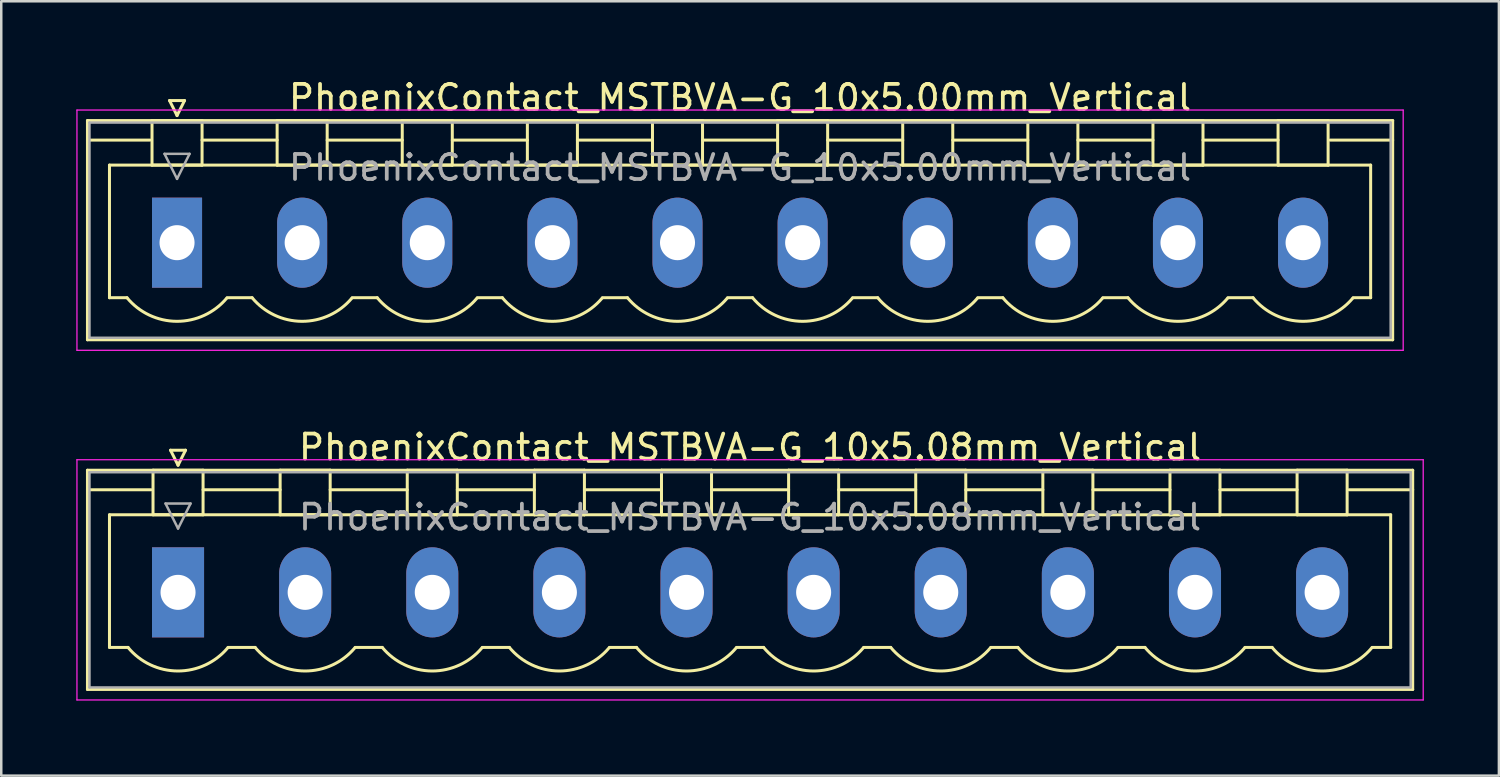
<source format=kicad_pcb>
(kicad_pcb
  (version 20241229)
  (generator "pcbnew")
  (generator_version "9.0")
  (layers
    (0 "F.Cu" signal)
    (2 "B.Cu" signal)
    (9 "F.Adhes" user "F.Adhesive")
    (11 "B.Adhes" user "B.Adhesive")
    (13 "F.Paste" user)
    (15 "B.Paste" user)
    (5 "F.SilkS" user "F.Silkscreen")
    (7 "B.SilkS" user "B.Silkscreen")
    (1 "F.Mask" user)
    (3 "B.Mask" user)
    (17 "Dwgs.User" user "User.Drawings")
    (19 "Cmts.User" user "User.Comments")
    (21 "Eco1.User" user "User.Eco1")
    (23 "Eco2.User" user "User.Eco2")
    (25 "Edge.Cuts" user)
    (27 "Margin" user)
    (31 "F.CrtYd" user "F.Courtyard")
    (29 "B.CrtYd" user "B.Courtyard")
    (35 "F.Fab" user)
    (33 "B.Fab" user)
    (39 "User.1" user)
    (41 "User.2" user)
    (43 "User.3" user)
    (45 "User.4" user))
  (footprint "PhoenixContact_MSTBVA-G_10x5.00mm_Vertical"
    (layer "F.Cu")
    (at 4.025 6.648)
    (property "Reference" "PhoenixContact_MSTBVA-G_10x5.00mm_Vertical" (at 22.5 -5.8 0) (layer "F.SilkS") (effects (font (size 1 1) (thickness 0.15))))
    (attr through_hole)
    (fp_line (start -3.58 -4.88) (end -3.58 3.88) (stroke (width 0.12) (type solid)) (layer "F.SilkS"))
    (fp_line (start -3.58 -4.1) (end -1.08 -4.1) (stroke (width 0.12) (type solid)) (layer "F.SilkS"))
    (fp_line (start -3.58 3.88) (end 48.58 3.88) (stroke (width 0.12) (type solid)) (layer "F.SilkS"))
    (fp_line (start -2.7 -3.1) (end 47.7 -3.1) (stroke (width 0.12) (type solid)) (layer "F.SilkS"))
    (fp_line (start -2.7 2.2) (end -2.7 -3.1) (stroke (width 0.12) (type solid)) (layer "F.SilkS"))
    (fp_line (start -2 2.2) (end -2.7 2.2) (stroke (width 0.12) (type solid)) (layer "F.SilkS"))
    (fp_line (start -1 -4.88) (end 1 -4.88) (stroke (width 0.12) (type solid)) (layer "F.SilkS"))
    (fp_line (start -1 -3.1) (end -1 -4.88) (stroke (width 0.12) (type solid)) (layer "F.SilkS"))
    (fp_line (start -0.3 -5.68) (end 0.3 -5.68) (stroke (width 0.12) (type solid)) (layer "F.SilkS"))
    (fp_line (start 0 -5.08) (end -0.3 -5.68) (stroke (width 0.12) (type solid)) (layer "F.SilkS"))
    (fp_line (start 0.3 -5.68) (end 0 -5.08) (stroke (width 0.12) (type solid)) (layer "F.SilkS"))
    (fp_line (start 1 -4.88) (end 1 -3.1) (stroke (width 0.12) (type solid)) (layer "F.SilkS"))
    (fp_line (start 1 -4.1) (end 4 -4.1) (stroke (width 0.12) (type solid)) (layer "F.SilkS"))
    (fp_line (start 1 -3.1) (end -1 -3.1) (stroke (width 0.12) (type solid)) (layer "F.SilkS"))
    (fp_line (start 2 2.2) (end 3 2.2) (stroke (width 0.12) (type solid)) (layer "F.SilkS"))
    (fp_line (start 4 -4.88) (end 6 -4.88) (stroke (width 0.12) (type solid)) (layer "F.SilkS"))
    (fp_line (start 4 -3.1) (end 4 -4.88) (stroke (width 0.12) (type solid)) (layer "F.SilkS"))
    (fp_line (start 6 -4.88) (end 6 -3.1) (stroke (width 0.12) (type solid)) (layer "F.SilkS"))
    (fp_line (start 6 -4.1) (end 9 -4.1) (stroke (width 0.12) (type solid)) (layer "F.SilkS"))
    (fp_line (start 6 -3.1) (end 4 -3.1) (stroke (width 0.12) (type solid)) (layer "F.SilkS"))
    (fp_line (start 7 2.2) (end 8 2.2) (stroke (width 0.12) (type solid)) (layer "F.SilkS"))
    (fp_line (start 9 -4.88) (end 11 -4.88) (stroke (width 0.12) (type solid)) (layer "F.SilkS"))
    (fp_line (start 9 -3.1) (end 9 -4.88) (stroke (width 0.12) (type solid)) (layer "F.SilkS"))
    (fp_line (start 11 -4.88) (end 11 -3.1) (stroke (width 0.12) (type solid)) (layer "F.SilkS"))
    (fp_line (start 11 -4.1) (end 14 -4.1) (stroke (width 0.12) (type solid)) (layer "F.SilkS"))
    (fp_line (start 11 -3.1) (end 9 -3.1) (stroke (width 0.12) (type solid)) (layer "F.SilkS"))
    (fp_line (start 12 2.2) (end 13 2.2) (stroke (width 0.12) (type solid)) (layer "F.SilkS"))
    (fp_line (start 14 -4.88) (end 16 -4.88) (stroke (width 0.12) (type solid)) (layer "F.SilkS"))
    (fp_line (start 14 -3.1) (end 14 -4.88) (stroke (width 0.12) (type solid)) (layer "F.SilkS"))
    (fp_line (start 16 -4.88) (end 16 -3.1) (stroke (width 0.12) (type solid)) (layer "F.SilkS"))
    (fp_line (start 16 -4.1) (end 19 -4.1) (stroke (width 0.12) (type solid)) (layer "F.SilkS"))
    (fp_line (start 16 -3.1) (end 14 -3.1) (stroke (width 0.12) (type solid)) (layer "F.SilkS"))
    (fp_line (start 17 2.2) (end 18 2.2) (stroke (width 0.12) (type solid)) (layer "F.SilkS"))
    (fp_line (start 19 -4.88) (end 21 -4.88) (stroke (width 0.12) (type solid)) (layer "F.SilkS"))
    (fp_line (start 19 -3.1) (end 19 -4.88) (stroke (width 0.12) (type solid)) (layer "F.SilkS"))
    (fp_line (start 21 -4.88) (end 21 -3.1) (stroke (width 0.12) (type solid)) (layer "F.SilkS"))
    (fp_line (start 21 -4.1) (end 24 -4.1) (stroke (width 0.12) (type solid)) (layer "F.SilkS"))
    (fp_line (start 21 -3.1) (end 19 -3.1) (stroke (width 0.12) (type solid)) (layer "F.SilkS"))
    (fp_line (start 22 2.2) (end 23 2.2) (stroke (width 0.12) (type solid)) (layer "F.SilkS"))
    (fp_line (start 24 -4.88) (end 26 -4.88) (stroke (width 0.12) (type solid)) (layer "F.SilkS"))
    (fp_line (start 24 -3.1) (end 24 -4.88) (stroke (width 0.12) (type solid)) (layer "F.SilkS"))
    (fp_line (start 26 -4.88) (end 26 -3.1) (stroke (width 0.12) (type solid)) (layer "F.SilkS"))
    (fp_line (start 26 -4.1) (end 29 -4.1) (stroke (width 0.12) (type solid)) (layer "F.SilkS"))
    (fp_line (start 26 -3.1) (end 24 -3.1) (stroke (width 0.12) (type solid)) (layer "F.SilkS"))
    (fp_line (start 27 2.2) (end 28 2.2) (stroke (width 0.12) (type solid)) (layer "F.SilkS"))
    (fp_line (start 29 -4.88) (end 31 -4.88) (stroke (width 0.12) (type solid)) (layer "F.SilkS"))
    (fp_line (start 29 -3.1) (end 29 -4.88) (stroke (width 0.12) (type solid)) (layer "F.SilkS"))
    (fp_line (start 31 -4.88) (end 31 -3.1) (stroke (width 0.12) (type solid)) (layer "F.SilkS"))
    (fp_line (start 31 -4.1) (end 34 -4.1) (stroke (width 0.12) (type solid)) (layer "F.SilkS"))
    (fp_line (start 31 -3.1) (end 29 -3.1) (stroke (width 0.12) (type solid)) (layer "F.SilkS"))
    (fp_line (start 32 2.2) (end 33 2.2) (stroke (width 0.12) (type solid)) (layer "F.SilkS"))
    (fp_line (start 34 -4.88) (end 36 -4.88) (stroke (width 0.12) (type solid)) (layer "F.SilkS"))
    (fp_line (start 34 -3.1) (end 34 -4.88) (stroke (width 0.12) (type solid)) (layer "F.SilkS"))
    (fp_line (start 36 -4.88) (end 36 -3.1) (stroke (width 0.12) (type solid)) (layer "F.SilkS"))
    (fp_line (start 36 -4.1) (end 39 -4.1) (stroke (width 0.12) (type solid)) (layer "F.SilkS"))
    (fp_line (start 36 -3.1) (end 34 -3.1) (stroke (width 0.12) (type solid)) (layer "F.SilkS"))
    (fp_line (start 37 2.2) (end 38 2.2) (stroke (width 0.12) (type solid)) (layer "F.SilkS"))
    (fp_line (start 39 -4.88) (end 41 -4.88) (stroke (width 0.12) (type solid)) (layer "F.SilkS"))
    (fp_line (start 39 -3.1) (end 39 -4.88) (stroke (width 0.12) (type solid)) (layer "F.SilkS"))
    (fp_line (start 41 -4.88) (end 41 -3.1) (stroke (width 0.12) (type solid)) (layer "F.SilkS"))
    (fp_line (start 41 -4.1) (end 44 -4.1) (stroke (width 0.12) (type solid)) (layer "F.SilkS"))
    (fp_line (start 41 -3.1) (end 39 -3.1) (stroke (width 0.12) (type solid)) (layer "F.SilkS"))
    (fp_line (start 42 2.2) (end 43 2.2) (stroke (width 0.12) (type solid)) (layer "F.SilkS"))
    (fp_line (start 44 -4.88) (end 46 -4.88) (stroke (width 0.12) (type solid)) (layer "F.SilkS"))
    (fp_line (start 44 -3.1) (end 44 -4.88) (stroke (width 0.12) (type solid)) (layer "F.SilkS"))
    (fp_line (start 46 -4.88) (end 46 -3.1) (stroke (width 0.12) (type solid)) (layer "F.SilkS"))
    (fp_line (start 46 -3.1) (end 44 -3.1) (stroke (width 0.12) (type solid)) (layer "F.SilkS"))
    (fp_line (start 47.7 -3.1) (end 47.7 2.2) (stroke (width 0.12) (type solid)) (layer "F.SilkS"))
    (fp_line (start 47.7 2.2) (end 47 2.2) (stroke (width 0.12) (type solid)) (layer "F.SilkS"))
    (fp_line (start 48.58 -4.88) (end -3.58 -4.88) (stroke (width 0.12) (type solid)) (layer "F.SilkS"))
    (fp_line (start 48.58 -4.1) (end 46.08 -4.1) (stroke (width 0.12) (type solid)) (layer "F.SilkS"))
    (fp_line (start 48.58 3.88) (end 48.58 -4.88) (stroke (width 0.12) (type solid)) (layer "F.SilkS"))
    (fp_arc (start 1.986842 2.215821) (mid -0.010289 3.142758) (end -2 2.2) (stroke (width 0.12) (type solid)) (layer "F.SilkS"))
    (fp_arc (start 6.986842 2.215821) (mid 4.989711 3.142758) (end 3 2.2) (stroke (width 0.12) (type solid)) (layer "F.SilkS"))
    (fp_arc (start 11.986842 2.215821) (mid 9.989711 3.142758) (end 8 2.2) (stroke (width 0.12) (type solid)) (layer "F.SilkS"))
    (fp_arc (start 16.986842 2.215821) (mid 14.989711 3.142758) (end 13 2.2) (stroke (width 0.12) (type solid)) (layer "F.SilkS"))
    (fp_arc (start 21.986842 2.215821) (mid 19.989711 3.142758) (end 18 2.2) (stroke (width 0.12) (type solid)) (layer "F.SilkS"))
    (fp_arc (start 26.986842 2.215821) (mid 24.989711 3.142758) (end 23 2.2) (stroke (width 0.12) (type solid)) (layer "F.SilkS"))
    (fp_arc (start 31.986842 2.215821) (mid 29.989711 3.142758) (end 28 2.2) (stroke (width 0.12) (type solid)) (layer "F.SilkS"))
    (fp_arc (start 36.986842 2.215821) (mid 34.989711 3.142758) (end 33 2.2) (stroke (width 0.12) (type solid)) (layer "F.SilkS"))
    (fp_arc (start 41.986842 2.215821) (mid 39.989711 3.142758) (end 38 2.2) (stroke (width 0.12) (type solid)) (layer "F.SilkS"))
    (fp_arc (start 46.986842 2.215821) (mid 44.989711 3.142758) (end 43 2.2) (stroke (width 0.12) (type solid)) (layer "F.SilkS"))
    (fp_line (start -4 -5.3) (end -4 4.3) (stroke (width 0.05) (type solid)) (layer "F.CrtYd"))
    (fp_line (start -4 4.3) (end 49 4.3) (stroke (width 0.05) (type solid)) (layer "F.CrtYd"))
    (fp_line (start 49 -5.3) (end -4 -5.3) (stroke (width 0.05) (type solid)) (layer "F.CrtYd"))
    (fp_line (start 49 4.3) (end 49 -5.3) (stroke (width 0.05) (type solid)) (layer "F.CrtYd"))
    (fp_line (start -3.5 -4.8) (end -3.5 3.8) (stroke (width 0.1) (type solid)) (layer "F.Fab"))
    (fp_line (start -3.5 3.8) (end 48.5 3.8) (stroke (width 0.1) (type solid)) (layer "F.Fab"))
    (fp_line (start -0.5 -3.55) (end 0.5 -3.55) (stroke (width 0.1) (type solid)) (layer "F.Fab"))
    (fp_line (start 0 -2.55) (end -0.5 -3.55) (stroke (width 0.1) (type solid)) (layer "F.Fab"))
    (fp_line (start 0.5 -3.55) (end 0 -2.55) (stroke (width 0.1) (type solid)) (layer "F.Fab"))
    (fp_line (start 48.5 -4.8) (end -3.5 -4.8) (stroke (width 0.1) (type solid)) (layer "F.Fab"))
    (fp_line (start 48.5 3.8) (end 48.5 -4.8) (stroke (width 0.1) (type solid)) (layer "F.Fab"))
    (fp_text user "${REFERENCE}" (at 22.5 -3 0) (layer "F.Fab") (effects (font (size 1 1) (thickness 0.15))))
    (pad "1" thru_hole rect (at 0 0) (size 2 3.6) (drill 1.4) (layers "*.Cu" "*.Mask"))
    (pad "2" thru_hole oval (at 5 0) (size 2 3.6) (drill 1.4) (layers "*.Cu" "*.Mask"))
    (pad "3" thru_hole oval (at 10 0) (size 2 3.6) (drill 1.4) (layers "*.Cu" "*.Mask"))
    (pad "4" thru_hole oval (at 15 0) (size 2 3.6) (drill 1.4) (layers "*.Cu" "*.Mask"))
    (pad "5" thru_hole oval (at 20 0) (size 2 3.6) (drill 1.4) (layers "*.Cu" "*.Mask"))
    (pad "6" thru_hole oval (at 25 0) (size 2 3.6) (drill 1.4) (layers "*.Cu" "*.Mask"))
    (pad "7" thru_hole oval (at 30 0) (size 2 3.6) (drill 1.4) (layers "*.Cu" "*.Mask"))
    (pad "8" thru_hole oval (at 35 0) (size 2 3.6) (drill 1.4) (layers "*.Cu" "*.Mask"))
    (pad "9" thru_hole oval (at 40 0) (size 2 3.6) (drill 1.4) (layers "*.Cu" "*.Mask"))
    (pad "10" thru_hole oval (at 45 0) (size 2 3.6) (drill 1.4) (layers "*.Cu" "*.Mask")))
  (footprint "PhoenixContact_MSTBVA-G_10x5.08mm_Vertical"
    (layer "F.Cu")
    (at 4.065 20.622)
    (property "Reference" "PhoenixContact_MSTBVA-G_10x5.08mm_Vertical" (at 22.86 -5.8 0) (layer "F.SilkS") (effects (font (size 1 1) (thickness 0.15))))
    (attr through_hole)
    (fp_line (start -3.62 -4.88) (end -3.62 3.88) (stroke (width 0.12) (type solid)) (layer "F.SilkS"))
    (fp_line (start -3.62 -4.1) (end -1.08 -4.1) (stroke (width 0.12) (type solid)) (layer "F.SilkS"))
    (fp_line (start -3.62 3.88) (end 49.34 3.88) (stroke (width 0.12) (type solid)) (layer "F.SilkS"))
    (fp_line (start -2.74 -3.1) (end 48.46 -3.1) (stroke (width 0.12) (type solid)) (layer "F.SilkS"))
    (fp_line (start -2.74 2.2) (end -2.74 -3.1) (stroke (width 0.12) (type solid)) (layer "F.SilkS"))
    (fp_line (start -2 2.2) (end -2.74 2.2) (stroke (width 0.12) (type solid)) (layer "F.SilkS"))
    (fp_line (start -1 -4.88) (end 1 -4.88) (stroke (width 0.12) (type solid)) (layer "F.SilkS"))
    (fp_line (start -1 -3.1) (end -1 -4.88) (stroke (width 0.12) (type solid)) (layer "F.SilkS"))
    (fp_line (start -0.3 -5.68) (end 0.3 -5.68) (stroke (width 0.12) (type solid)) (layer "F.SilkS"))
    (fp_line (start 0 -5.08) (end -0.3 -5.68) (stroke (width 0.12) (type solid)) (layer "F.SilkS"))
    (fp_line (start 0.3 -5.68) (end 0 -5.08) (stroke (width 0.12) (type solid)) (layer "F.SilkS"))
    (fp_line (start 1 -4.88) (end 1 -3.1) (stroke (width 0.12) (type solid)) (layer "F.SilkS"))
    (fp_line (start 1 -4.1) (end 4.08 -4.1) (stroke (width 0.12) (type solid)) (layer "F.SilkS"))
    (fp_line (start 1 -3.1) (end -1 -3.1) (stroke (width 0.12) (type solid)) (layer "F.SilkS"))
    (fp_line (start 2 2.2) (end 3.08 2.2) (stroke (width 0.12) (type solid)) (layer "F.SilkS"))
    (fp_line (start 4.08 -4.88) (end 6.08 -4.88) (stroke (width 0.12) (type solid)) (layer "F.SilkS"))
    (fp_line (start 4.08 -3.1) (end 4.08 -4.88) (stroke (width 0.12) (type solid)) (layer "F.SilkS"))
    (fp_line (start 6.08 -4.88) (end 6.08 -3.1) (stroke (width 0.12) (type solid)) (layer "F.SilkS"))
    (fp_line (start 6.08 -4.1) (end 9.16 -4.1) (stroke (width 0.12) (type solid)) (layer "F.SilkS"))
    (fp_line (start 6.08 -3.1) (end 4.08 -3.1) (stroke (width 0.12) (type solid)) (layer "F.SilkS"))
    (fp_line (start 7.08 2.2) (end 8.16 2.2) (stroke (width 0.12) (type solid)) (layer "F.SilkS"))
    (fp_line (start 9.16 -4.88) (end 11.16 -4.88) (stroke (width 0.12) (type solid)) (layer "F.SilkS"))
    (fp_line (start 9.16 -3.1) (end 9.16 -4.88) (stroke (width 0.12) (type solid)) (layer "F.SilkS"))
    (fp_line (start 11.16 -4.88) (end 11.16 -3.1) (stroke (width 0.12) (type solid)) (layer "F.SilkS"))
    (fp_line (start 11.16 -4.1) (end 14.24 -4.1) (stroke (width 0.12) (type solid)) (layer "F.SilkS"))
    (fp_line (start 11.16 -3.1) (end 9.16 -3.1) (stroke (width 0.12) (type solid)) (layer "F.SilkS"))
    (fp_line (start 12.16 2.2) (end 13.24 2.2) (stroke (width 0.12) (type solid)) (layer "F.SilkS"))
    (fp_line (start 14.24 -4.88) (end 16.24 -4.88) (stroke (width 0.12) (type solid)) (layer "F.SilkS"))
    (fp_line (start 14.24 -3.1) (end 14.24 -4.88) (stroke (width 0.12) (type solid)) (layer "F.SilkS"))
    (fp_line (start 16.24 -4.88) (end 16.24 -3.1) (stroke (width 0.12) (type solid)) (layer "F.SilkS"))
    (fp_line (start 16.24 -4.1) (end 19.32 -4.1) (stroke (width 0.12) (type solid)) (layer "F.SilkS"))
    (fp_line (start 16.24 -3.1) (end 14.24 -3.1) (stroke (width 0.12) (type solid)) (layer "F.SilkS"))
    (fp_line (start 17.24 2.2) (end 18.32 2.2) (stroke (width 0.12) (type solid)) (layer "F.SilkS"))
    (fp_line (start 19.32 -4.88) (end 21.32 -4.88) (stroke (width 0.12) (type solid)) (layer "F.SilkS"))
    (fp_line (start 19.32 -3.1) (end 19.32 -4.88) (stroke (width 0.12) (type solid)) (layer "F.SilkS"))
    (fp_line (start 21.32 -4.88) (end 21.32 -3.1) (stroke (width 0.12) (type solid)) (layer "F.SilkS"))
    (fp_line (start 21.32 -4.1) (end 24.4 -4.1) (stroke (width 0.12) (type solid)) (layer "F.SilkS"))
    (fp_line (start 21.32 -3.1) (end 19.32 -3.1) (stroke (width 0.12) (type solid)) (layer "F.SilkS"))
    (fp_line (start 22.32 2.2) (end 23.4 2.2) (stroke (width 0.12) (type solid)) (layer "F.SilkS"))
    (fp_line (start 24.4 -4.88) (end 26.4 -4.88) (stroke (width 0.12) (type solid)) (layer "F.SilkS"))
    (fp_line (start 24.4 -3.1) (end 24.4 -4.88) (stroke (width 0.12) (type solid)) (layer "F.SilkS"))
    (fp_line (start 26.4 -4.88) (end 26.4 -3.1) (stroke (width 0.12) (type solid)) (layer "F.SilkS"))
    (fp_line (start 26.4 -4.1) (end 29.48 -4.1) (stroke (width 0.12) (type solid)) (layer "F.SilkS"))
    (fp_line (start 26.4 -3.1) (end 24.4 -3.1) (stroke (width 0.12) (type solid)) (layer "F.SilkS"))
    (fp_line (start 27.4 2.2) (end 28.48 2.2) (stroke (width 0.12) (type solid)) (layer "F.SilkS"))
    (fp_line (start 29.48 -4.88) (end 31.48 -4.88) (stroke (width 0.12) (type solid)) (layer "F.SilkS"))
    (fp_line (start 29.48 -3.1) (end 29.48 -4.88) (stroke (width 0.12) (type solid)) (layer "F.SilkS"))
    (fp_line (start 31.48 -4.88) (end 31.48 -3.1) (stroke (width 0.12) (type solid)) (layer "F.SilkS"))
    (fp_line (start 31.48 -4.1) (end 34.56 -4.1) (stroke (width 0.12) (type solid)) (layer "F.SilkS"))
    (fp_line (start 31.48 -3.1) (end 29.48 -3.1) (stroke (width 0.12) (type solid)) (layer "F.SilkS"))
    (fp_line (start 32.48 2.2) (end 33.56 2.2) (stroke (width 0.12) (type solid)) (layer "F.SilkS"))
    (fp_line (start 34.56 -4.88) (end 36.56 -4.88) (stroke (width 0.12) (type solid)) (layer "F.SilkS"))
    (fp_line (start 34.56 -3.1) (end 34.56 -4.88) (stroke (width 0.12) (type solid)) (layer "F.SilkS"))
    (fp_line (start 36.56 -4.88) (end 36.56 -3.1) (stroke (width 0.12) (type solid)) (layer "F.SilkS"))
    (fp_line (start 36.56 -4.1) (end 39.64 -4.1) (stroke (width 0.12) (type solid)) (layer "F.SilkS"))
    (fp_line (start 36.56 -3.1) (end 34.56 -3.1) (stroke (width 0.12) (type solid)) (layer "F.SilkS"))
    (fp_line (start 37.56 2.2) (end 38.64 2.2) (stroke (width 0.12) (type solid)) (layer "F.SilkS"))
    (fp_line (start 39.64 -4.88) (end 41.64 -4.88) (stroke (width 0.12) (type solid)) (layer "F.SilkS"))
    (fp_line (start 39.64 -3.1) (end 39.64 -4.88) (stroke (width 0.12) (type solid)) (layer "F.SilkS"))
    (fp_line (start 41.64 -4.88) (end 41.64 -3.1) (stroke (width 0.12) (type solid)) (layer "F.SilkS"))
    (fp_line (start 41.64 -4.1) (end 44.72 -4.1) (stroke (width 0.12) (type solid)) (layer "F.SilkS"))
    (fp_line (start 41.64 -3.1) (end 39.64 -3.1) (stroke (width 0.12) (type solid)) (layer "F.SilkS"))
    (fp_line (start 42.64 2.2) (end 43.72 2.2) (stroke (width 0.12) (type solid)) (layer "F.SilkS"))
    (fp_line (start 44.72 -4.88) (end 46.72 -4.88) (stroke (width 0.12) (type solid)) (layer "F.SilkS"))
    (fp_line (start 44.72 -3.1) (end 44.72 -4.88) (stroke (width 0.12) (type solid)) (layer "F.SilkS"))
    (fp_line (start 46.72 -4.88) (end 46.72 -3.1) (stroke (width 0.12) (type solid)) (layer "F.SilkS"))
    (fp_line (start 46.72 -3.1) (end 44.72 -3.1) (stroke (width 0.12) (type solid)) (layer "F.SilkS"))
    (fp_line (start 48.46 -3.1) (end 48.46 2.2) (stroke (width 0.12) (type solid)) (layer "F.SilkS"))
    (fp_line (start 48.46 2.2) (end 47.72 2.2) (stroke (width 0.12) (type solid)) (layer "F.SilkS"))
    (fp_line (start 49.34 -4.88) (end -3.62 -4.88) (stroke (width 0.12) (type solid)) (layer "F.SilkS"))
    (fp_line (start 49.34 -4.1) (end 46.8 -4.1) (stroke (width 0.12) (type solid)) (layer "F.SilkS"))
    (fp_line (start 49.34 3.88) (end 49.34 -4.88) (stroke (width 0.12) (type solid)) (layer "F.SilkS"))
    (fp_arc (start 1.986842 2.215821) (mid -0.010289 3.142758) (end -2 2.2) (stroke (width 0.12) (type solid)) (layer "F.SilkS"))
    (fp_arc (start 7.066842 2.215821) (mid 5.069711 3.142758) (end 3.08 2.2) (stroke (width 0.12) (type solid)) (layer "F.SilkS"))
    (fp_arc (start 12.146842 2.215821) (mid 10.149711 3.142758) (end 8.16 2.2) (stroke (width 0.12) (type solid)) (layer "F.SilkS"))
    (fp_arc (start 17.226842 2.215821) (mid 15.229711 3.142758) (end 13.24 2.2) (stroke (width 0.12) (type solid)) (layer "F.SilkS"))
    (fp_arc (start 22.306842 2.215821) (mid 20.309711 3.142758) (end 18.32 2.2) (stroke (width 0.12) (type solid)) (layer "F.SilkS"))
    (fp_arc (start 27.386842 2.215821) (mid 25.389711 3.142758) (end 23.4 2.2) (stroke (width 0.12) (type solid)) (layer "F.SilkS"))
    (fp_arc (start 32.466842 2.215821) (mid 30.469711 3.142758) (end 28.48 2.2) (stroke (width 0.12) (type solid)) (layer "F.SilkS"))
    (fp_arc (start 37.546842 2.215821) (mid 35.549711 3.142758) (end 33.56 2.2) (stroke (width 0.12) (type solid)) (layer "F.SilkS"))
    (fp_arc (start 42.626842 2.215821) (mid 40.629711 3.142758) (end 38.64 2.2) (stroke (width 0.12) (type solid)) (layer "F.SilkS"))
    (fp_arc (start 47.706842 2.215821) (mid 45.709711 3.142758) (end 43.72 2.2) (stroke (width 0.12) (type solid)) (layer "F.SilkS"))
    (fp_line (start -4.04 -5.3) (end -4.04 4.3) (stroke (width 0.05) (type solid)) (layer "F.CrtYd"))
    (fp_line (start -4.04 4.3) (end 49.76 4.3) (stroke (width 0.05) (type solid)) (layer "F.CrtYd"))
    (fp_line (start 49.76 -5.3) (end -4.04 -5.3) (stroke (width 0.05) (type solid)) (layer "F.CrtYd"))
    (fp_line (start 49.76 4.3) (end 49.76 -5.3) (stroke (width 0.05) (type solid)) (layer "F.CrtYd"))
    (fp_line (start -3.54 -4.8) (end -3.54 3.8) (stroke (width 0.1) (type solid)) (layer "F.Fab"))
    (fp_line (start -3.54 3.8) (end 49.26 3.8) (stroke (width 0.1) (type solid)) (layer "F.Fab"))
    (fp_line (start -0.5 -3.55) (end 0.5 -3.55) (stroke (width 0.1) (type solid)) (layer "F.Fab"))
    (fp_line (start 0 -2.55) (end -0.5 -3.55) (stroke (width 0.1) (type solid)) (layer "F.Fab"))
    (fp_line (start 0.5 -3.55) (end 0 -2.55) (stroke (width 0.1) (type solid)) (layer "F.Fab"))
    (fp_line (start 49.26 -4.8) (end -3.54 -4.8) (stroke (width 0.1) (type solid)) (layer "F.Fab"))
    (fp_line (start 49.26 3.8) (end 49.26 -4.8) (stroke (width 0.1) (type solid)) (layer "F.Fab"))
    (fp_text user "${REFERENCE}" (at 22.86 -3 0) (layer "F.Fab") (effects (font (size 1 1) (thickness 0.15))))
    (pad "1" thru_hole rect (at 0 0) (size 2.08 3.6) (drill 1.4) (layers "*.Cu" "*.Mask"))
    (pad "2" thru_hole oval (at 5.08 0) (size 2.08 3.6) (drill 1.4) (layers "*.Cu" "*.Mask"))
    (pad "3" thru_hole oval (at 10.16 0) (size 2.08 3.6) (drill 1.4) (layers "*.Cu" "*.Mask"))
    (pad "4" thru_hole oval (at 15.24 0) (size 2.08 3.6) (drill 1.4) (layers "*.Cu" "*.Mask"))
    (pad "5" thru_hole oval (at 20.32 0) (size 2.08 3.6) (drill 1.4) (layers "*.Cu" "*.Mask"))
    (pad "6" thru_hole oval (at 25.4 0) (size 2.08 3.6) (drill 1.4) (layers "*.Cu" "*.Mask"))
    (pad "7" thru_hole oval (at 30.48 0) (size 2.08 3.6) (drill 1.4) (layers "*.Cu" "*.Mask"))
    (pad "8" thru_hole oval (at 35.56 0) (size 2.08 3.6) (drill 1.4) (layers "*.Cu" "*.Mask"))
    (pad "9" thru_hole oval (at 40.64 0) (size 2.08 3.6) (drill 1.4) (layers "*.Cu" "*.Mask"))
    (pad "10" thru_hole oval (at 45.72 0) (size 2.08 3.6) (drill 1.4) (layers "*.Cu" "*.Mask")))
  (gr_rect
    (start -3 -3)
    (end 56.85 27.947)
    (stroke (width 0.1) (type default))
    (fill no)
    (layer "Edge.Cuts")))
</source>
